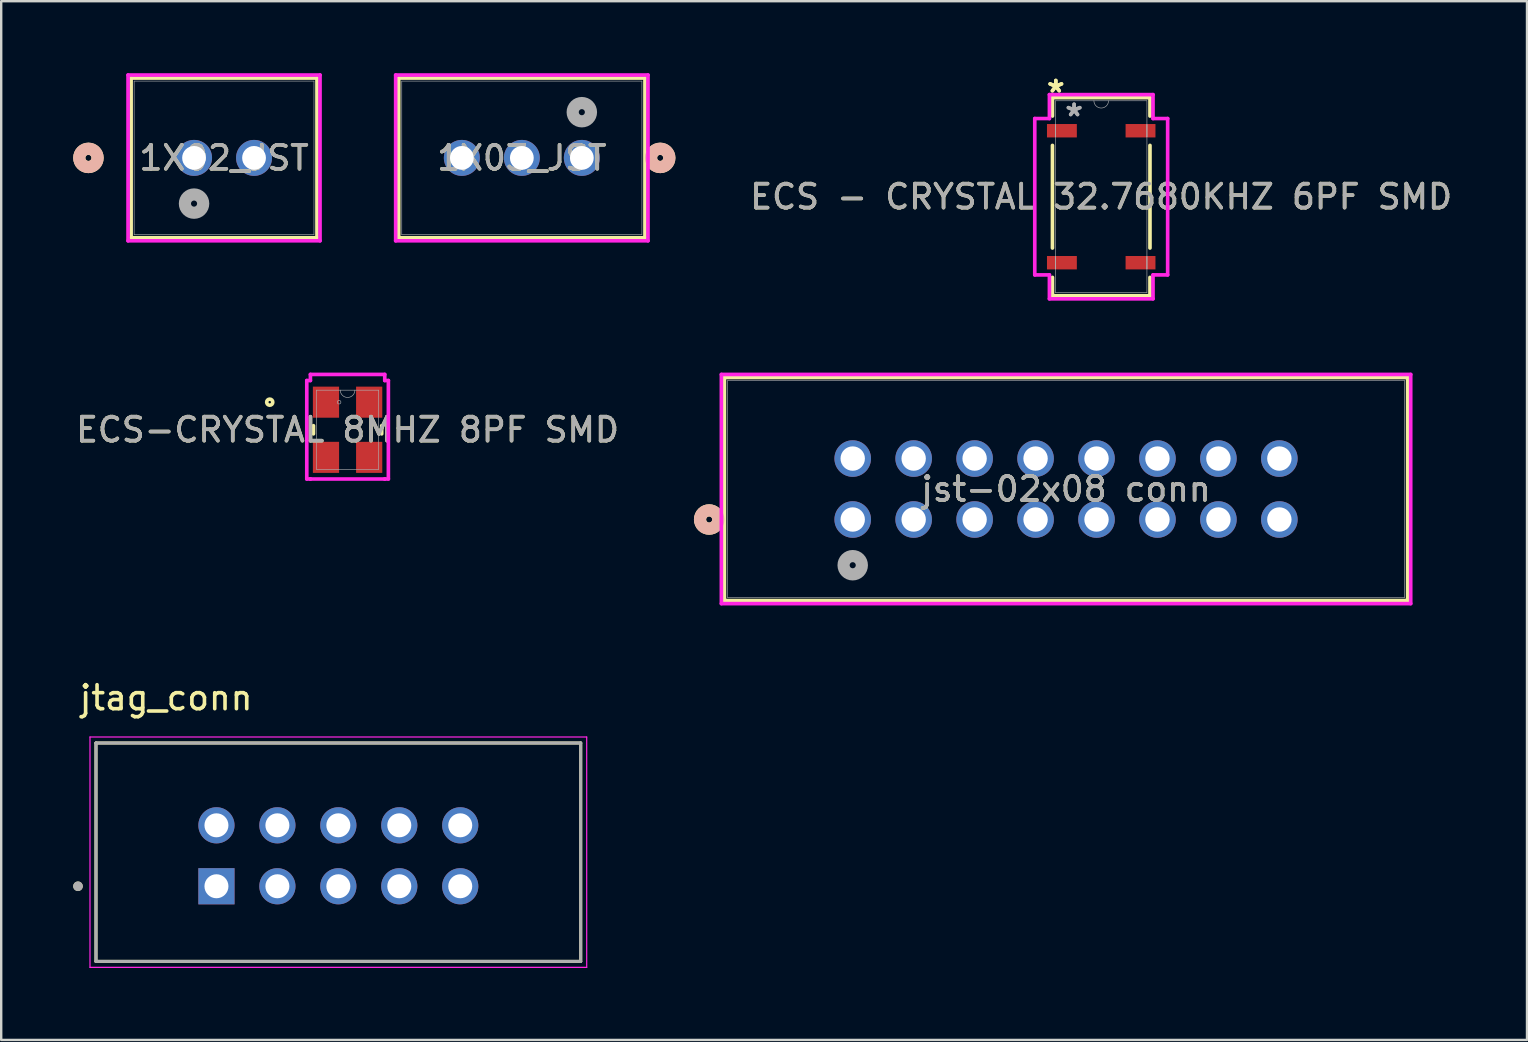
<source format=kicad_pcb>
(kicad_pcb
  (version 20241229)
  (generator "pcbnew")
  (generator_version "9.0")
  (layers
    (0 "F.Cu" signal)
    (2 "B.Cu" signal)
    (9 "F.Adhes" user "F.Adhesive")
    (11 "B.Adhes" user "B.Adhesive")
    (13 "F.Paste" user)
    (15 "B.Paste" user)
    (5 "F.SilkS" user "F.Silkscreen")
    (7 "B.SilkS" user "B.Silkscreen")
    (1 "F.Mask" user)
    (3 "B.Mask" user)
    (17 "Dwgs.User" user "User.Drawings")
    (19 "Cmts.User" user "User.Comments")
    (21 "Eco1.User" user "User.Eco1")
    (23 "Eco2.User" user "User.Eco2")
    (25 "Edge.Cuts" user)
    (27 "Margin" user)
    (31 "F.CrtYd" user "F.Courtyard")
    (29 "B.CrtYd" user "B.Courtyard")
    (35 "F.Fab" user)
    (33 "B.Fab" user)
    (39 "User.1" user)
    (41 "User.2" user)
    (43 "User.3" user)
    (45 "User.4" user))
  (footprint "1X03_JST"
    (layer "F.Cu")
    (at 21.197 3.53)
    (property "Reference" "1X03_JST" (at -2.5 0 0) (unlocked yes) (layer "F.SilkS") (effects (font (size 1 1) (thickness 0.15))))
    (attr through_hole)
    (fp_line (start -7.631 -3.327) (end -7.631 3.328) (stroke (width 0.152) (type solid)) (layer "F.SilkS"))
    (fp_line (start -7.631 3.328) (end 2.631 3.328) (stroke (width 0.152) (type solid)) (layer "F.SilkS"))
    (fp_line (start 2.631 -3.327) (end -7.631 -3.327) (stroke (width 0.152) (type solid)) (layer "F.SilkS"))
    (fp_line (start 2.631 3.328) (end 2.631 -3.327) (stroke (width 0.152) (type solid)) (layer "F.SilkS"))
    (fp_circle (center 3.266 0) (end 3.647 0) (stroke (width 0.508) (type solid)) (fill no) (layer "F.SilkS"))
    (fp_circle (center 3.266 0) (end 3.647 0) (stroke (width 0.508) (type solid)) (fill no) (layer "B.SilkS"))
    (fp_line (start -7.758 -3.454) (end -7.758 3.455) (stroke (width 0.152) (type solid)) (layer "F.CrtYd"))
    (fp_line (start -7.758 3.455) (end 2.758 3.455) (stroke (width 0.152) (type solid)) (layer "F.CrtYd"))
    (fp_line (start 2.758 -3.454) (end -7.758 -3.454) (stroke (width 0.152) (type solid)) (layer "F.CrtYd"))
    (fp_line (start 2.758 3.455) (end 2.758 -3.454) (stroke (width 0.152) (type solid)) (layer "F.CrtYd"))
    (fp_line (start -7.504 -3.2) (end -7.504 3.201) (stroke (width 0.025) (type solid)) (layer "F.Fab"))
    (fp_line (start -7.504 3.201) (end 2.504 3.201) (stroke (width 0.025) (type solid)) (layer "F.Fab"))
    (fp_line (start 2.504 -3.2) (end -7.504 -3.2) (stroke (width 0.025) (type solid)) (layer "F.Fab"))
    (fp_line (start 2.504 3.201) (end 2.504 -3.2) (stroke (width 0.025) (type solid)) (layer "F.Fab"))
    (fp_circle (center 0 -1.905) (end 0.381 -1.905) (stroke (width 0.508) (type solid)) (fill no) (layer "F.Fab"))
    (fp_text user "${REFERENCE}" (at -2.5 0 0) (unlocked yes) (layer "F.Fab") (effects (font (size 1 1) (thickness 0.15))))
    (pad "1" thru_hole circle (at 0 0) (size 1.499 1.499) (drill 0.991) (layers "*.Cu" "*.Mask"))
    (pad "2" thru_hole circle (at -2.5 0) (size 1.499 1.499) (drill 0.991) (layers "*.Cu" "*.Mask"))
    (pad "3" thru_hole circle (at -5 0) (size 1.499 1.499) (drill 0.991) (layers "*.Cu" "*.Mask")))
  (footprint "1X02_JST"
    (layer "F.Cu")
    (at 5.037 3.53)
    (property "Reference" "1X02_JST" (at 1.25 0 0) (unlocked yes) (layer "F.SilkS") (effects (font (size 1 1) (thickness 0.15))))
    (attr through_hole)
    (fp_line (start -2.623 -3.327) (end -2.623 3.328) (stroke (width 0.152) (type solid)) (layer "F.SilkS"))
    (fp_line (start -2.623 3.328) (end 5.123 3.328) (stroke (width 0.152) (type solid)) (layer "F.SilkS"))
    (fp_line (start 5.123 -3.327) (end -2.623 -3.327) (stroke (width 0.152) (type solid)) (layer "F.SilkS"))
    (fp_line (start 5.123 3.328) (end 5.123 -3.327) (stroke (width 0.152) (type solid)) (layer "F.SilkS"))
    (fp_circle (center -4.402 0) (end -4.021 0) (stroke (width 0.508) (type solid)) (fill no) (layer "F.SilkS"))
    (fp_circle (center -4.402 0) (end -4.021 0) (stroke (width 0.508) (type solid)) (fill no) (layer "B.SilkS"))
    (fp_line (start -2.751 -3.454) (end -2.751 3.455) (stroke (width 0.152) (type solid)) (layer "F.CrtYd"))
    (fp_line (start -2.751 3.455) (end 5.25 3.455) (stroke (width 0.152) (type solid)) (layer "F.CrtYd"))
    (fp_line (start 5.25 -3.454) (end -2.751 -3.454) (stroke (width 0.152) (type solid)) (layer "F.CrtYd"))
    (fp_line (start 5.25 3.455) (end 5.25 -3.454) (stroke (width 0.152) (type solid)) (layer "F.CrtYd"))
    (fp_line (start -2.497 -3.2) (end -2.497 3.201) (stroke (width 0.025) (type solid)) (layer "F.Fab"))
    (fp_line (start -2.497 3.201) (end 4.997 3.201) (stroke (width 0.025) (type solid)) (layer "F.Fab"))
    (fp_line (start 4.997 -3.2) (end -2.497 -3.2) (stroke (width 0.025) (type solid)) (layer "F.Fab"))
    (fp_line (start 4.997 3.201) (end 4.997 -3.2) (stroke (width 0.025) (type solid)) (layer "F.Fab"))
    (fp_circle (center 0 1.905) (end 0.381 1.905) (stroke (width 0.508) (type solid)) (fill no) (layer "F.Fab"))
    (fp_text user "${REFERENCE}" (at 1.25 0 0) (unlocked yes) (layer "F.Fab") (effects (font (size 1 1) (thickness 0.15))))
    (pad "1" thru_hole circle (at 0 0) (size 1.499 1.499) (drill 0.991) (layers "*.Cu" "*.Mask"))
    (pad "2" thru_hole circle (at 2.5 0) (size 1.499 1.499) (drill 0.991) (layers "*.Cu" "*.Mask")))
  (footprint "ECS - CRYSTAL 32.7680KHZ 6PF SMD"
    (layer "F.Cu")
    (at 42.842 5.148)
    (property "Reference" "ECS - CRYSTAL 32.7680KHZ 6PF SMD" (at 0 0 0) (unlocked yes) (layer "F.SilkS") (effects (font (size 1 1) (thickness 0.15))))
    (attr smd)
    (fp_line (start -2.032 -4.128) (end -2.032 -3.362) (stroke (width 0.152) (type solid)) (layer "F.SilkS"))
    (fp_line (start -2.032 -2.138) (end -2.032 2.138) (stroke (width 0.152) (type solid)) (layer "F.SilkS"))
    (fp_line (start -2.032 3.362) (end -2.032 4.128) (stroke (width 0.152) (type solid)) (layer "F.SilkS"))
    (fp_line (start -2.032 4.128) (end 2.032 4.128) (stroke (width 0.152) (type solid)) (layer "F.SilkS"))
    (fp_line (start 2.032 -4.128) (end -2.032 -4.128) (stroke (width 0.152) (type solid)) (layer "F.SilkS"))
    (fp_line (start 2.032 -3.362) (end 2.032 -4.128) (stroke (width 0.152) (type solid)) (layer "F.SilkS"))
    (fp_line (start 2.032 2.138) (end 2.032 -2.138) (stroke (width 0.152) (type solid)) (layer "F.SilkS"))
    (fp_line (start 2.032 4.128) (end 2.032 3.362) (stroke (width 0.152) (type solid)) (layer "F.SilkS"))
    (fp_line (start -2.769 -3.258) (end -2.159 -3.258) (stroke (width 0.152) (type solid)) (layer "F.CrtYd"))
    (fp_line (start -2.769 3.258) (end -2.769 -3.258) (stroke (width 0.152) (type solid)) (layer "F.CrtYd"))
    (fp_line (start -2.769 3.258) (end -2.159 3.258) (stroke (width 0.152) (type solid)) (layer "F.CrtYd"))
    (fp_line (start -2.159 -4.255) (end 2.159 -4.255) (stroke (width 0.152) (type solid)) (layer "F.CrtYd"))
    (fp_line (start -2.159 -3.258) (end -2.159 -4.255) (stroke (width 0.152) (type solid)) (layer "F.CrtYd"))
    (fp_line (start -2.159 4.255) (end -2.159 3.258) (stroke (width 0.152) (type solid)) (layer "F.CrtYd"))
    (fp_line (start 2.159 -4.255) (end 2.159 -3.258) (stroke (width 0.152) (type solid)) (layer "F.CrtYd"))
    (fp_line (start 2.159 3.258) (end 2.159 4.255) (stroke (width 0.152) (type solid)) (layer "F.CrtYd"))
    (fp_line (start 2.159 4.255) (end -2.159 4.255) (stroke (width 0.152) (type solid)) (layer "F.CrtYd"))
    (fp_line (start 2.769 -3.258) (end 2.159 -3.258) (stroke (width 0.152) (type solid)) (layer "F.CrtYd"))
    (fp_line (start 2.769 -3.258) (end 2.769 3.258) (stroke (width 0.152) (type solid)) (layer "F.CrtYd"))
    (fp_line (start 2.769 3.258) (end 2.159 3.258) (stroke (width 0.152) (type solid)) (layer "F.CrtYd"))
    (fp_line (start -1.905 -4) (end -1.905 4) (stroke (width 0.025) (type solid)) (layer "F.Fab"))
    (fp_line (start -1.905 -3.004) (end -1.905 -3.004) (stroke (width 0.025) (type solid)) (layer "F.Fab"))
    (fp_line (start -1.905 -3.004) (end -1.905 -2.496) (stroke (width 0.025) (type solid)) (layer "F.Fab"))
    (fp_line (start -1.905 -2.496) (end -1.905 -3.004) (stroke (width 0.025) (type solid)) (layer "F.Fab"))
    (fp_line (start -1.905 -2.496) (end -1.905 -2.496) (stroke (width 0.025) (type solid)) (layer "F.Fab"))
    (fp_line (start -1.905 2.496) (end -1.905 2.496) (stroke (width 0.025) (type solid)) (layer "F.Fab"))
    (fp_line (start -1.905 2.496) (end -1.905 3.004) (stroke (width 0.025) (type solid)) (layer "F.Fab"))
    (fp_line (start -1.905 3.004) (end -1.905 2.496) (stroke (width 0.025) (type solid)) (layer "F.Fab"))
    (fp_line (start -1.905 3.004) (end -1.905 3.004) (stroke (width 0.025) (type solid)) (layer "F.Fab"))
    (fp_line (start -1.905 4) (end 1.905 4) (stroke (width 0.025) (type solid)) (layer "F.Fab"))
    (fp_line (start 1.905 -4) (end -1.905 -4) (stroke (width 0.025) (type solid)) (layer "F.Fab"))
    (fp_line (start 1.905 -3.004) (end 1.905 -3.004) (stroke (width 0.025) (type solid)) (layer "F.Fab"))
    (fp_line (start 1.905 -3.004) (end 1.905 -2.496) (stroke (width 0.025) (type solid)) (layer "F.Fab"))
    (fp_line (start 1.905 -2.496) (end 1.905 -3.004) (stroke (width 0.025) (type solid)) (layer "F.Fab"))
    (fp_line (start 1.905 -2.496) (end 1.905 -2.496) (stroke (width 0.025) (type solid)) (layer "F.Fab"))
    (fp_line (start 1.905 2.496) (end 1.905 2.496) (stroke (width 0.025) (type solid)) (layer "F.Fab"))
    (fp_line (start 1.905 2.496) (end 1.905 3.004) (stroke (width 0.025) (type solid)) (layer "F.Fab"))
    (fp_line (start 1.905 3.004) (end 1.905 2.496) (stroke (width 0.025) (type solid)) (layer "F.Fab"))
    (fp_line (start 1.905 3.004) (end 1.905 3.004) (stroke (width 0.025) (type solid)) (layer "F.Fab"))
    (fp_line (start 1.905 4) (end 1.905 -4) (stroke (width 0.025) (type solid)) (layer "F.Fab"))
    (fp_arc (start 0.3048 -4.0005) (mid 0 -3.6957) (end -0.3048 -4.0005) (stroke (width 0.0254) (type solid)) (layer "F.Fab"))
    (fp_text user "*" (at -1.892 -4.299 0) (unlocked yes) (layer "F.SilkS") (effects (font (size 1 1) (thickness 0.15))))
    (fp_text user "*" (at -1.892 -4.299 0) (layer "F.SilkS") (effects (font (size 1 1) (thickness 0.15))))
    (fp_text user "*" (at -1.13 -3.309 0) (unlocked yes) (layer "F.Fab") (effects (font (size 1 1) (thickness 0.15))))
    (fp_text user "${REFERENCE}" (at 0 0 0) (unlocked yes) (layer "F.Fab") (effects (font (size 1 1) (thickness 0.15))))
    (fp_text user "*" (at -1.13 -3.309 0) (layer "F.Fab") (effects (font (size 1 1) (thickness 0.15))))
    (pad "1" smd rect (at -1.638 -2.75) (size 1.245 0.559) (layers "F.Cu" "F.Mask" "F.Paste"))
    (pad "2" smd rect (at -1.638 2.75) (size 1.245 0.559) (layers "F.Cu" "F.Mask" "F.Paste"))
    (pad "3" smd rect (at 1.638 2.75) (size 1.245 0.559) (layers "F.Cu" "F.Mask" "F.Paste"))
    (pad "4" smd rect (at 1.638 -2.75) (size 1.245 0.559) (layers "F.Cu" "F.Mask" "F.Paste")))
  (footprint "jst-02x08 conn"
    (layer "F.Cu")
    (at 32.486 18.6)
    (property "Reference" "jst-02x08 conn" (at 8.89 -1.27 0) (unlocked yes) (layer "F.SilkS") (effects (font (size 1 1) (thickness 0.15))))
    (attr through_hole)
    (fp_line (start -5.347 -5.918) (end -5.347 3.378) (stroke (width 0.152) (type solid)) (layer "F.SilkS"))
    (fp_line (start -5.347 3.378) (end 23.127 3.378) (stroke (width 0.152) (type solid)) (layer "F.SilkS"))
    (fp_line (start 23.127 -5.918) (end -5.347 -5.918) (stroke (width 0.152) (type solid)) (layer "F.SilkS"))
    (fp_line (start 23.127 3.378) (end 23.127 -5.918) (stroke (width 0.152) (type solid)) (layer "F.SilkS"))
    (fp_circle (center -5.982 0) (end -5.601 0) (stroke (width 0.508) (type solid)) (fill no) (layer "F.SilkS"))
    (fp_circle (center -5.982 0) (end -5.601 0) (stroke (width 0.508) (type solid)) (fill no) (layer "B.SilkS"))
    (fp_line (start -5.474 -6.045) (end -5.474 3.505) (stroke (width 0.152) (type solid)) (layer "F.CrtYd"))
    (fp_line (start -5.474 3.505) (end 23.254 3.505) (stroke (width 0.152) (type solid)) (layer "F.CrtYd"))
    (fp_line (start 23.254 -6.045) (end -5.474 -6.045) (stroke (width 0.152) (type solid)) (layer "F.CrtYd"))
    (fp_line (start 23.254 3.505) (end 23.254 -6.045) (stroke (width 0.152) (type solid)) (layer "F.CrtYd"))
    (fp_line (start -5.22 -5.791) (end -5.22 3.251) (stroke (width 0.025) (type solid)) (layer "F.Fab"))
    (fp_line (start -5.22 3.251) (end 23 3.251) (stroke (width 0.025) (type solid)) (layer "F.Fab"))
    (fp_line (start 23 -5.791) (end -5.22 -5.791) (stroke (width 0.025) (type solid)) (layer "F.Fab"))
    (fp_line (start 23 3.251) (end 23 -5.791) (stroke (width 0.025) (type solid)) (layer "F.Fab"))
    (fp_circle (center 0 1.905) (end 0.381 1.905) (stroke (width 0.508) (type solid)) (fill no) (layer "F.Fab"))
    (fp_text user "${REFERENCE}" (at 8.89 -1.27 0) (unlocked yes) (layer "F.Fab") (effects (font (size 1 1) (thickness 0.15))))
    (pad "1" thru_hole circle (at 0 0) (size 1.524 1.524) (drill 1.016) (layers "*.Cu" "*.Mask"))
    (pad "2" thru_hole circle (at 0 -2.54) (size 1.524 1.524) (drill 1.016) (layers "*.Cu" "*.Mask"))
    (pad "3" thru_hole circle (at 2.54 0) (size 1.524 1.524) (drill 1.016) (layers "*.Cu" "*.Mask"))
    (pad "4" thru_hole circle (at 2.54 -2.54) (size 1.524 1.524) (drill 1.016) (layers "*.Cu" "*.Mask"))
    (pad "5" thru_hole circle (at 5.08 0) (size 1.524 1.524) (drill 1.016) (layers "*.Cu" "*.Mask"))
    (pad "6" thru_hole circle (at 5.08 -2.54) (size 1.524 1.524) (drill 1.016) (layers "*.Cu" "*.Mask"))
    (pad "7" thru_hole circle (at 7.62 0) (size 1.524 1.524) (drill 1.016) (layers "*.Cu" "*.Mask"))
    (pad "8" thru_hole circle (at 7.62 -2.54) (size 1.524 1.524) (drill 1.016) (layers "*.Cu" "*.Mask"))
    (pad "9" thru_hole circle (at 10.16 0) (size 1.524 1.524) (drill 1.016) (layers "*.Cu" "*.Mask"))
    (pad "10" thru_hole circle (at 10.16 -2.54) (size 1.524 1.524) (drill 1.016) (layers "*.Cu" "*.Mask"))
    (pad "11" thru_hole circle (at 12.7 0) (size 1.524 1.524) (drill 1.016) (layers "*.Cu" "*.Mask"))
    (pad "12" thru_hole circle (at 12.7 -2.54) (size 1.524 1.524) (drill 1.016) (layers "*.Cu" "*.Mask"))
    (pad "13" thru_hole circle (at 15.24 0) (size 1.524 1.524) (drill 1.016) (layers "*.Cu" "*.Mask"))
    (pad "14" thru_hole circle (at 15.24 -2.54) (size 1.524 1.524) (drill 1.016) (layers "*.Cu" "*.Mask"))
    (pad "15" thru_hole circle (at 17.78 0) (size 1.524 1.524) (drill 1.016) (layers "*.Cu" "*.Mask"))
    (pad "16" thru_hole circle (at 17.78 -2.54) (size 1.524 1.524) (drill 1.016) (layers "*.Cu" "*.Mask")))
  (footprint "jtag_conn"
    (layer "F.Cu")
    (at 11.05 32.614)
    (property "Reference" "jtag_conn" (at -7.175 -6.585 0) (layer "F.SilkS") (effects (font (size 1 1) (thickness 0.15))))
    (attr through_hole)
    (fp_line (start -10.1 -4.7) (end -10.1 4.4) (stroke (width 0.127) (type solid)) (layer "F.SilkS"))
    (fp_line (start -10.1 4.4) (end 10.1 4.4) (stroke (width 0.127) (type solid)) (layer "F.SilkS"))
    (fp_line (start 10.1 -4.7) (end -10.1 -4.7) (stroke (width 0.127) (type solid)) (layer "F.SilkS"))
    (fp_line (start 10.1 4.4) (end 10.1 -4.7) (stroke (width 0.127) (type solid)) (layer "F.SilkS"))
    (fp_circle (center -10.85 1.27) (end -10.75 1.27) (stroke (width 0.2) (type solid)) (fill no) (layer "F.SilkS"))
    (fp_line (start -10.35 -4.95) (end -10.35 4.65) (stroke (width 0.05) (type solid)) (layer "F.CrtYd"))
    (fp_line (start -10.35 4.65) (end 10.35 4.65) (stroke (width 0.05) (type solid)) (layer "F.CrtYd"))
    (fp_line (start 10.35 -4.95) (end -10.35 -4.95) (stroke (width 0.05) (type solid)) (layer "F.CrtYd"))
    (fp_line (start 10.35 4.65) (end 10.35 -4.95) (stroke (width 0.05) (type solid)) (layer "F.CrtYd"))
    (fp_line (start -10.1 -4.7) (end -10.1 4.4) (stroke (width 0.127) (type solid)) (layer "F.Fab"))
    (fp_line (start -10.1 4.4) (end 10.1 4.4) (stroke (width 0.127) (type solid)) (layer "F.Fab"))
    (fp_line (start 10.1 -4.7) (end -10.1 -4.7) (stroke (width 0.127) (type solid)) (layer "F.Fab"))
    (fp_line (start 10.1 4.4) (end 10.1 -4.7) (stroke (width 0.127) (type solid)) (layer "F.Fab"))
    (fp_circle (center -10.85 1.27) (end -10.75 1.27) (stroke (width 0.2) (type solid)) (fill no) (layer "F.Fab"))
    (pad "1" thru_hole rect (at -5.08 1.27) (size 1.508 1.508) (drill 1) (layers "*.Cu" "*.Mask"))
    (pad "2" thru_hole circle (at -5.08 -1.27) (size 1.508 1.508) (drill 1) (layers "*.Cu" "*.Mask"))
    (pad "3" thru_hole circle (at -2.54 1.27) (size 1.508 1.508) (drill 1) (layers "*.Cu" "*.Mask"))
    (pad "4" thru_hole circle (at -2.54 -1.27) (size 1.508 1.508) (drill 1) (layers "*.Cu" "*.Mask"))
    (pad "5" thru_hole circle (at 0 1.27) (size 1.508 1.508) (drill 1) (layers "*.Cu" "*.Mask"))
    (pad "6" thru_hole circle (at 0 -1.27) (size 1.508 1.508) (drill 1) (layers "*.Cu" "*.Mask"))
    (pad "7" thru_hole circle (at 2.54 1.27) (size 1.508 1.508) (drill 1) (layers "*.Cu" "*.Mask"))
    (pad "8" thru_hole circle (at 2.54 -1.27) (size 1.508 1.508) (drill 1) (layers "*.Cu" "*.Mask"))
    (pad "9" thru_hole circle (at 5.08 1.27) (size 1.508 1.508) (drill 1) (layers "*.Cu" "*.Mask"))
    (pad "10" thru_hole circle (at 5.08 -1.27) (size 1.508 1.508) (drill 1) (layers "*.Cu" "*.Mask")))
  (footprint "ECS-CRYSTAL 8MHZ 8PF SMD"
    (layer "F.Cu")
    (at 11.435 14.86)
    (property "Reference" "ECS-CRYSTAL 8MHZ 8PF SMD" (at 0 0 0) (unlocked yes) (layer "F.SilkS") (effects (font (size 1 1) (thickness 0.15))))
    (attr smd)
    (fp_line (start -1.422 -0.17) (end -1.422 0.17) (stroke (width 0.152) (type solid)) (layer "F.SilkS"))
    (fp_line (start 1.422 0.17) (end 1.422 -0.17) (stroke (width 0.152) (type solid)) (layer "F.SilkS"))
    (fp_circle (center -3.244 -1.15) (end -3.117 -1.15) (stroke (width 0.152) (type solid)) (fill no) (layer "F.SilkS"))
    (fp_line (start -1.7 -2.052) (end -1.549 -2.052) (stroke (width 0.152) (type solid)) (layer "F.CrtYd"))
    (fp_line (start -1.7 2.052) (end -1.7 -2.052) (stroke (width 0.152) (type solid)) (layer "F.CrtYd"))
    (fp_line (start -1.7 2.052) (end -1.549 2.052) (stroke (width 0.152) (type solid)) (layer "F.CrtYd"))
    (fp_line (start -1.549 -2.306) (end 1.549 -2.306) (stroke (width 0.152) (type solid)) (layer "F.CrtYd"))
    (fp_line (start -1.549 -2.052) (end -1.549 -2.306) (stroke (width 0.152) (type solid)) (layer "F.CrtYd"))
    (fp_line (start -1.549 2.052) (end -1.549 2.052) (stroke (width 0.152) (type solid)) (layer "F.CrtYd"))
    (fp_line (start 1.549 -2.306) (end 1.549 -2.052) (stroke (width 0.152) (type solid)) (layer "F.CrtYd"))
    (fp_line (start 1.549 2.052) (end -1.549 2.052) (stroke (width 0.152) (type solid)) (layer "F.CrtYd"))
    (fp_line (start 1.549 2.052) (end 1.549 2.052) (stroke (width 0.152) (type solid)) (layer "F.CrtYd"))
    (fp_line (start 1.7 -2.052) (end 1.549 -2.052) (stroke (width 0.152) (type solid)) (layer "F.CrtYd"))
    (fp_line (start 1.7 -2.052) (end 1.7 2.052) (stroke (width 0.152) (type solid)) (layer "F.CrtYd"))
    (fp_line (start 1.7 2.052) (end 1.549 2.052) (stroke (width 0.152) (type solid)) (layer "F.CrtYd"))
    (fp_line (start -1.295 -1.651) (end -1.295 1.651) (stroke (width 0.025) (type solid)) (layer "F.Fab"))
    (fp_line (start -1.295 1.651) (end 1.295 1.651) (stroke (width 0.025) (type solid)) (layer "F.Fab"))
    (fp_line (start 1.295 -1.651) (end -1.295 -1.651) (stroke (width 0.025) (type solid)) (layer "F.Fab"))
    (fp_line (start 1.295 1.651) (end 1.295 -1.651) (stroke (width 0.025) (type solid)) (layer "F.Fab"))
    (fp_arc (start 0.3048 -1.651) (mid 0 -1.3462) (end -0.3048 -1.651) (stroke (width 0.0254) (type solid)) (layer "F.Fab"))
    (fp_circle (center -0.354 -1.15) (end -0.278 -1.15) (stroke (width 0.025) (type solid)) (fill no) (layer "F.Fab"))
    (fp_text user "${REFERENCE}" (at 0 0 0) (unlocked yes) (layer "F.Fab") (effects (font (size 1 1) (thickness 0.15))))
    (pad "1" smd rect (at -0.9 -1.15) (size 1.092 1.295) (layers "F.Cu" "F.Mask" "F.Paste"))
    (pad "2" smd rect (at -0.9 1.15) (size 1.092 1.295) (layers "F.Cu" "F.Mask" "F.Paste"))
    (pad "3" smd rect (at 0.9 1.15) (size 1.092 1.295) (layers "F.Cu" "F.Mask" "F.Paste"))
    (pad "4" smd rect (at 0.9 -1.15) (size 1.092 1.295) (layers "F.Cu" "F.Mask" "F.Paste")))
  (gr_rect
    (start -3 -3)
    (end 60.586 40.289)
    (stroke (width 0.1) (type default))
    (fill no)
    (layer "Edge.Cuts")))
</source>
